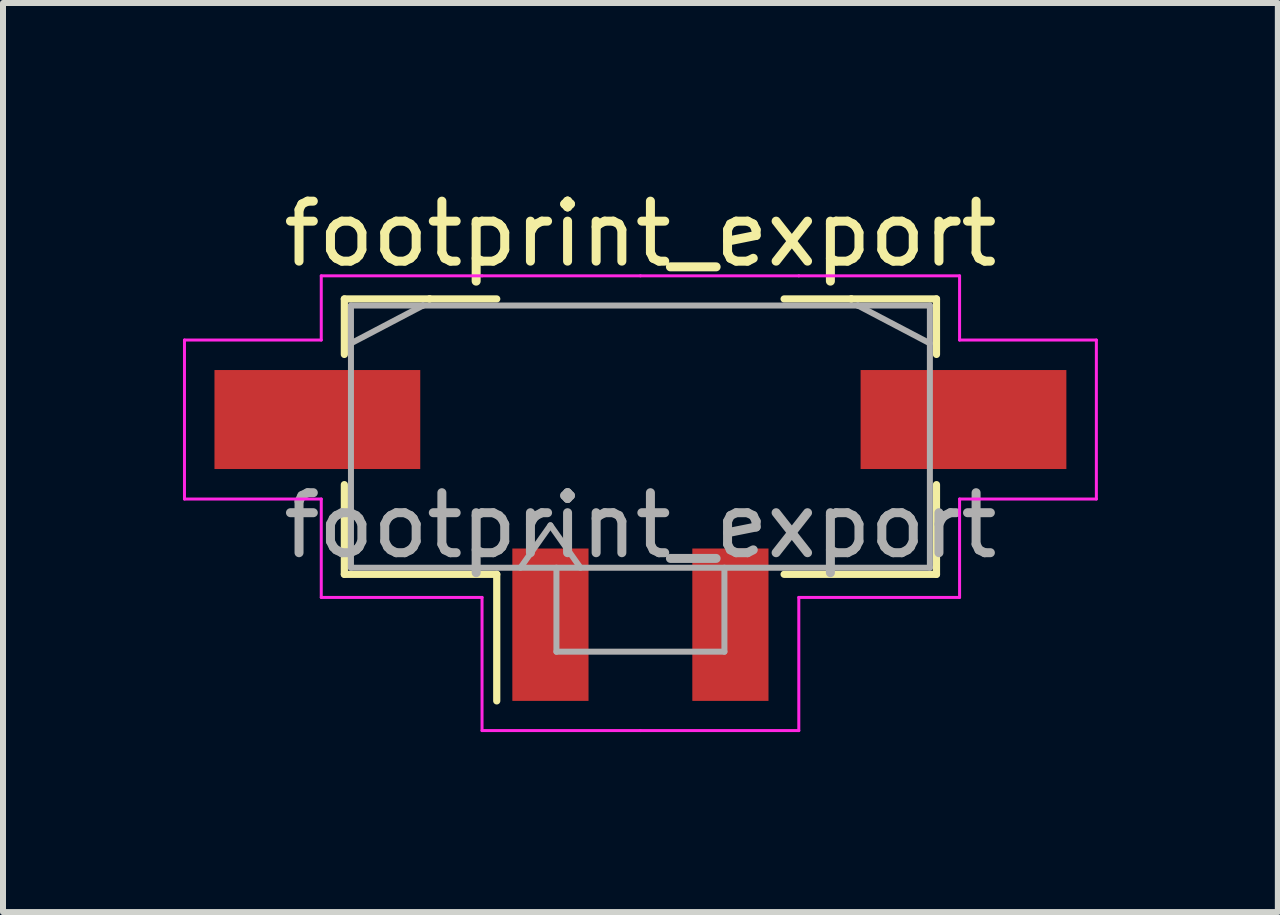
<source format=kicad_pcb>
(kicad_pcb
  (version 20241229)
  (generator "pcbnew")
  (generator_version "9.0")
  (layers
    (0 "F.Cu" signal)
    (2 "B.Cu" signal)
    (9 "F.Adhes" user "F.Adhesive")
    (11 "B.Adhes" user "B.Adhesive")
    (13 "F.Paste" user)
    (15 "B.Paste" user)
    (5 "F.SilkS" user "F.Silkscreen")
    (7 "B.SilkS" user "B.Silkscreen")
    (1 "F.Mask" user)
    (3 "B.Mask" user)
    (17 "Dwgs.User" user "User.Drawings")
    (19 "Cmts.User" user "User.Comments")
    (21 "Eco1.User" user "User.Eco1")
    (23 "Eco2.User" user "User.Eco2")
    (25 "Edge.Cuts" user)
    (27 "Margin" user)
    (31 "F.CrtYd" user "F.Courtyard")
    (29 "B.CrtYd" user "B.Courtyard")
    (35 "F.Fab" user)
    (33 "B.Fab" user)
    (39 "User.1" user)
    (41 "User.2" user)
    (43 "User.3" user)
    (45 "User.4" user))
  (footprint "footprint_export"
    (layer "F.Cu")
    (at 7.625 4.228)
    (property "Reference" "footprint_export" (at 0 -3.38 0) (layer "F.SilkS") (effects (font (size 1 1) (thickness 0.15))))
    (attr smd)
    (fp_line (start -4.935 -2.295) (end -3.515 -2.295) (stroke (width 0.12) (type solid)) (layer "F.SilkS"))
    (fp_line (start -4.935 -1.37) (end -4.935 -2.295) (stroke (width 0.12) (type solid)) (layer "F.SilkS"))
    (fp_line (start -4.935 0.8) (end -4.935 2.295) (stroke (width 0.12) (type solid)) (layer "F.SilkS"))
    (fp_line (start -4.935 2.295) (end -2.395 2.295) (stroke (width 0.12) (type solid)) (layer "F.SilkS"))
    (fp_line (start -3.515 -2.295) (end -3.515 -2.295) (stroke (width 0.12) (type solid)) (layer "F.SilkS"))
    (fp_line (start -3.515 -2.295) (end -2.395 -2.295) (stroke (width 0.12) (type solid)) (layer "F.SilkS"))
    (fp_line (start -2.395 2.295) (end -2.395 4.405) (stroke (width 0.12) (type solid)) (layer "F.SilkS"))
    (fp_line (start 3.515 -2.295) (end 2.395 -2.295) (stroke (width 0.12) (type solid)) (layer "F.SilkS"))
    (fp_line (start 3.515 -2.295) (end 3.515 -2.295) (stroke (width 0.12) (type solid)) (layer "F.SilkS"))
    (fp_line (start 4.935 -2.295) (end 3.515 -2.295) (stroke (width 0.12) (type solid)) (layer "F.SilkS"))
    (fp_line (start 4.935 -1.37) (end 4.935 -2.295) (stroke (width 0.12) (type solid)) (layer "F.SilkS"))
    (fp_line (start 4.935 0.8) (end 4.935 2.295) (stroke (width 0.12) (type solid)) (layer "F.SilkS"))
    (fp_line (start 4.935 2.295) (end 2.395 2.295) (stroke (width 0.12) (type solid)) (layer "F.SilkS"))
    (fp_line (start -7.6 -1.61) (end -7.6 1.04) (stroke (width 0.05) (type solid)) (layer "F.CrtYd"))
    (fp_line (start -7.6 1.04) (end -5.32 1.04) (stroke (width 0.05) (type solid)) (layer "F.CrtYd"))
    (fp_line (start -5.32 -2.68) (end -5.32 -1.61) (stroke (width 0.05) (type solid)) (layer "F.CrtYd"))
    (fp_line (start -5.32 -1.61) (end -7.6 -1.61) (stroke (width 0.05) (type solid)) (layer "F.CrtYd"))
    (fp_line (start -5.32 1.04) (end -5.32 2.68) (stroke (width 0.05) (type solid)) (layer "F.CrtYd"))
    (fp_line (start -5.32 2.68) (end -2.64 2.68) (stroke (width 0.05) (type solid)) (layer "F.CrtYd"))
    (fp_line (start -2.64 -2.68) (end -5.32 -2.68) (stroke (width 0.05) (type solid)) (layer "F.CrtYd"))
    (fp_line (start -2.64 2.68) (end -2.64 4.9) (stroke (width 0.05) (type solid)) (layer "F.CrtYd"))
    (fp_line (start -2.64 4.9) (end 0 4.9) (stroke (width 0.05) (type solid)) (layer "F.CrtYd"))
    (fp_line (start 0 -2.68) (end -2.64 -2.68) (stroke (width 0.05) (type solid)) (layer "F.CrtYd"))
    (fp_line (start 0 -2.68) (end 2.64 -2.68) (stroke (width 0.05) (type solid)) (layer "F.CrtYd"))
    (fp_line (start 2.64 -2.68) (end 5.32 -2.68) (stroke (width 0.05) (type solid)) (layer "F.CrtYd"))
    (fp_line (start 2.64 2.68) (end 2.64 4.9) (stroke (width 0.05) (type solid)) (layer "F.CrtYd"))
    (fp_line (start 2.64 4.9) (end 0 4.9) (stroke (width 0.05) (type solid)) (layer "F.CrtYd"))
    (fp_line (start 5.32 -2.68) (end 5.32 -1.61) (stroke (width 0.05) (type solid)) (layer "F.CrtYd"))
    (fp_line (start 5.32 -1.61) (end 7.6 -1.61) (stroke (width 0.05) (type solid)) (layer "F.CrtYd"))
    (fp_line (start 5.32 1.04) (end 5.32 2.68) (stroke (width 0.05) (type solid)) (layer "F.CrtYd"))
    (fp_line (start 5.32 2.68) (end 2.64 2.68) (stroke (width 0.05) (type solid)) (layer "F.CrtYd"))
    (fp_line (start 7.6 -1.61) (end 7.6 1.04) (stroke (width 0.05) (type solid)) (layer "F.CrtYd"))
    (fp_line (start 7.6 1.04) (end 5.32 1.04) (stroke (width 0.05) (type solid)) (layer "F.CrtYd"))
    (fp_line (start -4.825 -2.185) (end -4.825 2.185) (stroke (width 0.1) (type solid)) (layer "F.Fab"))
    (fp_line (start -4.825 -1.555) (end -3.625 -2.185) (stroke (width 0.1) (type solid)) (layer "F.Fab"))
    (fp_line (start -4.825 2.185) (end 4.825 2.185) (stroke (width 0.1) (type solid)) (layer "F.Fab"))
    (fp_line (start -3.625 -2.185) (end -4.825 -2.185) (stroke (width 0.1) (type solid)) (layer "F.Fab"))
    (fp_line (start -3.625 -2.185) (end -3.625 -2.185) (stroke (width 0.1) (type solid)) (layer "F.Fab"))
    (fp_line (start -2 2.185) (end -1.5 1.478) (stroke (width 0.1) (type solid)) (layer "F.Fab"))
    (fp_line (start -1.5 1.478) (end -1 2.185) (stroke (width 0.1) (type solid)) (layer "F.Fab"))
    (fp_line (start -1.4 2.185) (end -1.4 3.585) (stroke (width 0.1) (type solid)) (layer "F.Fab"))
    (fp_line (start -1.4 3.585) (end 1.4 3.585) (stroke (width 0.1) (type solid)) (layer "F.Fab"))
    (fp_line (start 1.4 3.585) (end 1.4 2.185) (stroke (width 0.1) (type solid)) (layer "F.Fab"))
    (fp_line (start 3.625 -2.185) (end -3.625 -2.185) (stroke (width 0.1) (type solid)) (layer "F.Fab"))
    (fp_line (start 3.625 -2.185) (end 3.625 -2.185) (stroke (width 0.1) (type solid)) (layer "F.Fab"))
    (fp_line (start 4.825 -2.185) (end 3.625 -2.185) (stroke (width 0.1) (type solid)) (layer "F.Fab"))
    (fp_line (start 4.825 -1.555) (end 3.625 -2.185) (stroke (width 0.1) (type solid)) (layer "F.Fab"))
    (fp_line (start 4.825 2.185) (end 4.825 -2.185) (stroke (width 0.1) (type solid)) (layer "F.Fab"))
    (fp_text user "${REFERENCE}" (at 0 1.48 0) (layer "F.Fab") (effects (font (size 1 1) (thickness 0.15))))
    (pad "1" smd rect (at -1.5 3.135) (size 1.27 2.54) (layers "F.Cu" "F.Mask" "F.Paste"))
    (pad "2" smd rect (at 1.5 3.135) (size 1.27 2.54) (layers "F.Cu" "F.Mask" "F.Paste"))
    (pad "MP" smd rect (at -5.385 -0.285) (size 3.43 1.65) (layers "F.Cu" "F.Mask" "F.Paste"))
    (pad "MP" smd rect (at 5.385 -0.285) (size 3.43 1.65) (layers "F.Cu" "F.Mask" "F.Paste")))
  (gr_rect
    (start -3 -3)
    (end 18.25 12.153)
    (stroke (width 0.1) (type default))
    (fill no)
    (layer "Edge.Cuts")))
</source>
